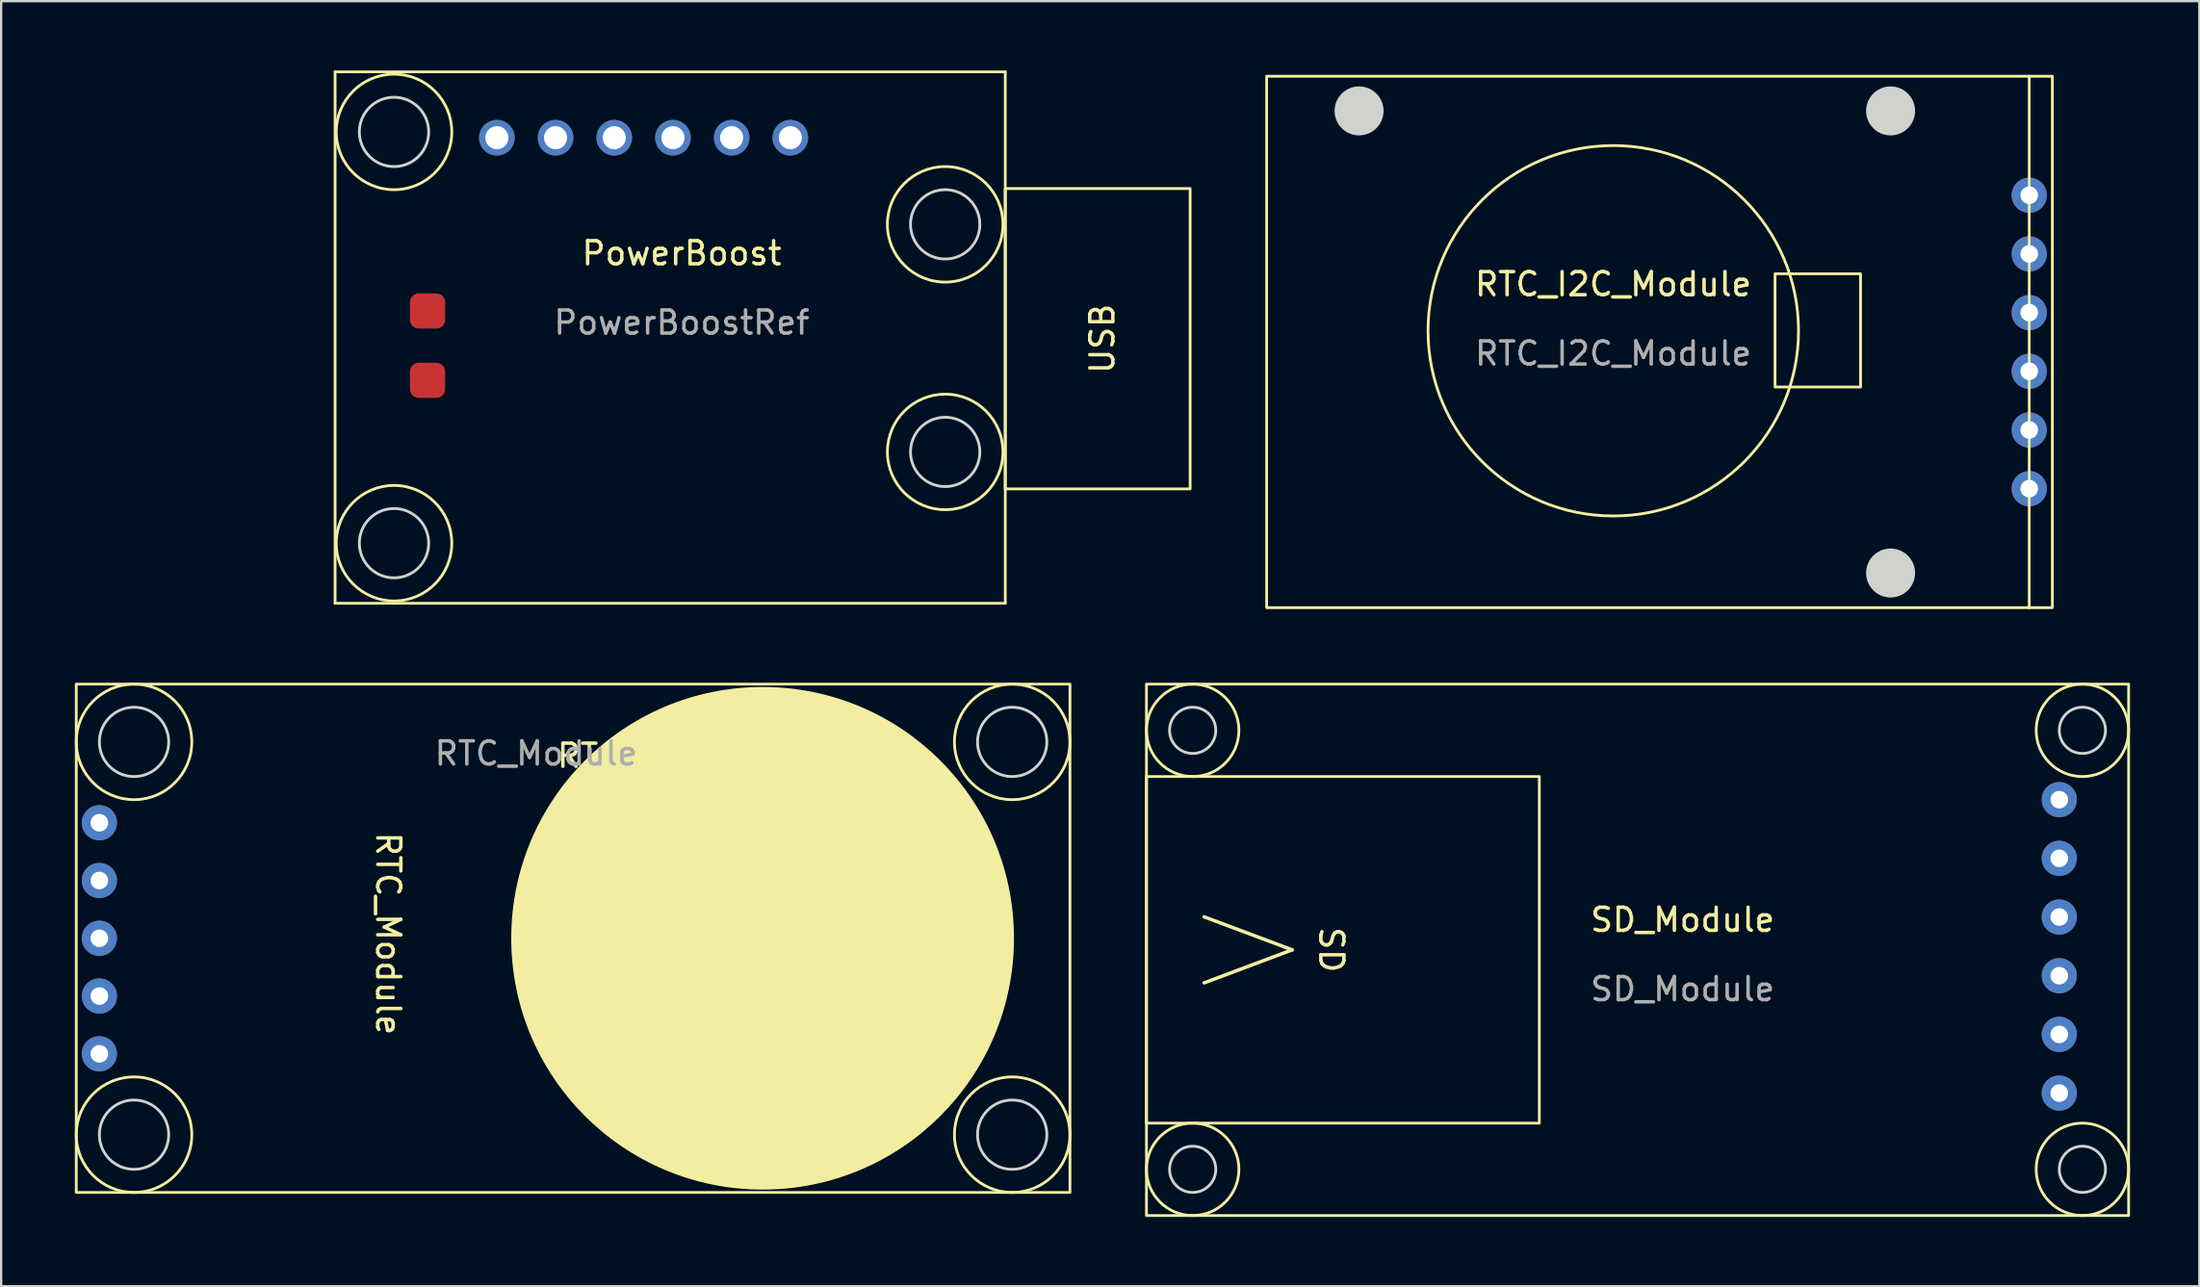
<source format=kicad_pcb>
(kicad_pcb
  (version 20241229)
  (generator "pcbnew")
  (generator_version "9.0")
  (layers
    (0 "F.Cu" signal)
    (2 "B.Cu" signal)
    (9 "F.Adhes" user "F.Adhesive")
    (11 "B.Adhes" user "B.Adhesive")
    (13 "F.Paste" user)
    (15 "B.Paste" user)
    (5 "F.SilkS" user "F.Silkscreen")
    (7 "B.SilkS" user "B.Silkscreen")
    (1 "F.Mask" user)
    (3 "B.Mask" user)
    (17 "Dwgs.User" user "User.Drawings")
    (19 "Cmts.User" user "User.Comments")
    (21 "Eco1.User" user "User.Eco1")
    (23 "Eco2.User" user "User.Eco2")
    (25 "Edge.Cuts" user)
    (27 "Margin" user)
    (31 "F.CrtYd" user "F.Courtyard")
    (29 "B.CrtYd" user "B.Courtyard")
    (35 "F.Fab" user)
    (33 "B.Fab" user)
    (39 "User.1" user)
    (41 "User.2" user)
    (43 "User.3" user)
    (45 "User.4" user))
  (footprint "RTC_Module"
    (layer "F.Cu")
    (at 0.25 26.56)
    (property "Reference" "RTC_Module" (at 25.2 3.1 0) (unlocked yes) (layer "F.SilkS") (effects (font (size 1 1) (thickness 0.15))))
    (attr through_hole)
    (fp_rect (start 0 0) (end 43 22) (stroke (width 0.12) (type solid)) (fill no) (layer "F.SilkS"))
    (fp_circle (center 2.5 2.5) (end 5 2.5) (stroke (width 0.12) (type solid)) (fill no) (layer "F.SilkS"))
    (fp_circle (center 2.5 19.5) (end 5 19.5) (stroke (width 0.12) (type solid)) (fill no) (layer "F.SilkS"))
    (fp_circle (center 29.7 11) (end 40.517 11) (stroke (width 0.12) (type solid)) (fill yes) (layer "F.SilkS"))
    (fp_circle (center 40.5 2.5) (end 43 2.5) (stroke (width 0.12) (type solid)) (fill no) (layer "F.SilkS"))
    (fp_circle (center 40.5 19.5) (end 43 19.5) (stroke (width 0.12) (type solid)) (fill no) (layer "F.SilkS"))
    (fp_circle (center 2.5 2.5) (end 4 2.5) (stroke (width 0.12) (type solid)) (fill no) (layer "Edge.Cuts"))
    (fp_circle (center 2.5 19.5) (end 4 19.5) (stroke (width 0.12) (type solid)) (fill no) (layer "Edge.Cuts"))
    (fp_circle (center 40.5 2.5) (end 42 2.5) (stroke (width 0.12) (type solid)) (fill no) (layer "Edge.Cuts"))
    (fp_circle (center 40.5 19.5) (end 42 19.5) (stroke (width 0.12) (type solid)) (fill no) (layer "Edge.Cuts"))
    (fp_text user "RTC_Module" (at 13.5 10.8 270) (unlocked yes) (layer "F.SilkS") (effects (font (size 1 1) (thickness 0.15))))
    (fp_text user "${REFERENCE}" (at 19.9 3 0) (unlocked yes) (layer "F.Fab") (effects (font (size 1 1) (thickness 0.15))))
    (pad "1" thru_hole circle (at 1 6) (size 1.524 1.524) (drill 0.762) (layers "*.Cu" "*.Mask"))
    (pad "2" thru_hole circle (at 1 8.5) (size 1.524 1.524) (drill 0.762) (layers "*.Cu" "*.Mask"))
    (pad "3" thru_hole circle (at 1 11) (size 1.524 1.524) (drill 0.762) (layers "*.Cu" "*.Mask"))
    (pad "4" thru_hole circle (at 1 13.5) (size 1.524 1.524) (drill 0.762) (layers "*.Cu" "*.Mask"))
    (pad "5" thru_hole circle (at 1 16) (size 1.524 1.524) (drill 0.762) (layers "*.Cu" "*.Mask")))
  (footprint "RTC_I2C_Module"
    (layer "F.Cu")
    (at 51.76 0.25)
    (property "Reference" "RTC_I2C_Module" (at 15 9 0) (unlocked yes) (layer "F.SilkS") (effects (font (size 1 1) (thickness 0.15))))
    (attr through_hole)
    (fp_line (start 33 0) (end 33 23) (stroke (width 0.12) (type solid)) (layer "F.SilkS"))
    (fp_rect (start 0 0) (end 34 23) (stroke (width 0.12) (type solid)) (fill no) (layer "F.SilkS"))
    (fp_rect (start 25.7 8.55) (end 22 13.45) (stroke (width 0.12) (type solid)) (fill no) (layer "F.SilkS"))
    (fp_circle (center 15 11.016) (end 21.7 15.416) (stroke (width 0.12) (type solid)) (fill no) (layer "F.SilkS"))
    (fp_circle (center 4 1.5) (end 5 1.5) (stroke (width 0.12) (type solid)) (fill yes) (layer "Edge.Cuts"))
    (fp_circle (center 27 1.5) (end 28 1.5) (stroke (width 0.12) (type solid)) (fill yes) (layer "Edge.Cuts"))
    (fp_circle (center 27 21.5) (end 28 21.5) (stroke (width 0.12) (type solid)) (fill yes) (layer "Edge.Cuts"))
    (fp_text user "${REFERENCE}" (at 15 12 0) (unlocked yes) (layer "F.Fab") (effects (font (size 1 1) (thickness 0.15))))
    (pad "1" thru_hole circle (at 33 5.15) (size 1.524 1.524) (drill 0.762) (layers "*.Cu" "*.Mask"))
    (pad "2" thru_hole circle (at 33 7.69) (size 1.524 1.524) (drill 0.762) (layers "*.Cu" "*.Mask"))
    (pad "3" thru_hole circle (at 33 10.23) (size 1.524 1.524) (drill 0.762) (layers "*.Cu" "*.Mask"))
    (pad "4" thru_hole circle (at 33 12.77) (size 1.524 1.524) (drill 0.762) (layers "*.Cu" "*.Mask"))
    (pad "5" thru_hole circle (at 33 15.31) (size 1.524 1.524) (drill 0.762) (layers "*.Cu" "*.Mask"))
    (pad "6" thru_hole circle (at 33 17.85) (size 1.524 1.524) (drill 0.762) (layers "*.Cu" "*.Mask")))
  (footprint "PowerBoost"
    (layer "F.Cu")
    (at 0.25 5.41)
    (property "Reference" "PowerBoost" (at 26.2 2.5 0) (unlocked yes) (layer "F.SilkS") (effects (font (size 1 1) (thickness 0.15))))
    (attr through_hole)
    (fp_line (start 11.2 -5.35) (end 11.2 17.65) (stroke (width 0.12) (type solid)) (layer "F.SilkS"))
    (fp_line (start 11.2 -5.35) (end 40.2 -5.35) (stroke (width 0.12) (type solid)) (layer "F.SilkS"))
    (fp_line (start 40.2 17.65) (end 11.2 17.65) (stroke (width 0.12) (type solid)) (layer "F.SilkS"))
    (fp_line (start 40.2 17.65) (end 40.2 -5.35) (stroke (width 0.12) (type solid)) (layer "F.SilkS"))
    (fp_rect (start 40.2 -0.3) (end 48.2 12.7) (stroke (width 0.12) (type solid)) (fill no) (layer "F.SilkS"))
    (fp_circle (center 13.75 -2.75) (end 16.25 -2.75) (stroke (width 0.12) (type solid)) (fill no) (layer "F.SilkS"))
    (fp_circle (center 13.75 15.05) (end 16.25 15.05) (stroke (width 0.12) (type solid)) (fill no) (layer "F.SilkS"))
    (fp_circle (center 37.6 1.25) (end 40.1 1.25) (stroke (width 0.12) (type solid)) (fill no) (layer "F.SilkS"))
    (fp_circle (center 37.6 11.1) (end 40.1 11.1) (stroke (width 0.12) (type solid)) (fill no) (layer "F.SilkS"))
    (fp_circle (center 13.75 -2.75) (end 15.25 -2.75) (stroke (width 0.12) (type solid)) (fill no) (layer "Edge.Cuts"))
    (fp_circle (center 13.75 15.05) (end 15.25 15.05) (stroke (width 0.12) (type solid)) (fill no) (layer "Edge.Cuts"))
    (fp_circle (center 37.6 1.25) (end 39.1 1.25) (stroke (width 0.12) (type solid)) (fill no) (layer "Edge.Cuts"))
    (fp_circle (center 37.6 11.1) (end 39.1 11.1) (stroke (width 0.12) (type solid)) (fill no) (layer "Edge.Cuts"))
    (fp_text user "USB" (at 44.4 6.2 90) (unlocked yes) (layer "F.SilkS") (effects (font (size 1 1) (thickness 0.15))))
    (fp_text user "PowerBoostRef" (at 26.2 5.5 0) (unlocked yes) (layer "F.Fab") (effects (font (size 1 1) (thickness 0.15))))
    (pad "1" smd roundrect (at 15.2 5) (size 1.524 1.524) (layers "F.Cu" "F.Mask" "F.Paste") (roundrect_rratio 0.25))
    (pad "2" connect roundrect (at 15.2 8) (size 1.524 1.524) (layers "F.Cu" "F.Mask") (roundrect_rratio 0.25))
    (pad "3" thru_hole circle (at 18.2 -2.5) (size 1.54 1.54) (drill 1) (layers "*.Cu" "*.Mask"))
    (pad "4" thru_hole circle (at 20.74 -2.5) (size 1.54 1.54) (drill 1) (layers "*.Cu" "*.Mask"))
    (pad "5" thru_hole circle (at 23.28 -2.5) (size 1.54 1.54) (drill 1) (layers "*.Cu" "*.Mask"))
    (pad "6" thru_hole circle (at 25.82 -2.5) (size 1.54 1.54) (drill 1) (layers "*.Cu" "*.Mask"))
    (pad "7" thru_hole circle (at 28.36 -2.5) (size 1.54 1.54) (drill 1) (layers "*.Cu" "*.Mask"))
    (pad "8" thru_hole circle (at 30.9 -2.5) (size 1.54 1.54) (drill 1) (layers "*.Cu" "*.Mask")))
  (footprint "SD_Module"
    (layer "F.Cu")
    (at 46.56 26.56)
    (property "Reference" "SD_Module" (at 23.2 10.2 0) (unlocked yes) (layer "F.SilkS") (effects (font (size 1 1) (thickness 0.15))))
    (attr through_hole)
    (fp_rect (start 0 0) (end 42.5 23) (stroke (width 0.12) (type solid)) (fill no) (layer "F.SilkS"))
    (fp_rect (start 0 4) (end 17 19) (stroke (width 0.12) (type solid)) (fill no) (layer "F.SilkS"))
    (fp_circle (center 2 2) (end 4 2) (stroke (width 0.12) (type solid)) (fill no) (layer "F.SilkS"))
    (fp_circle (center 2 21) (end 4 21) (stroke (width 0.12) (type solid)) (fill no) (layer "F.SilkS"))
    (fp_circle (center 40.5 2) (end 42.5 2) (stroke (width 0.12) (type solid)) (fill no) (layer "F.SilkS"))
    (fp_circle (center 40.5 21) (end 42.5 21) (stroke (width 0.12) (type solid)) (fill no) (layer "F.SilkS"))
    (fp_circle (center 2 2) (end 3 2) (stroke (width 0.12) (type solid)) (fill no) (layer "Edge.Cuts"))
    (fp_circle (center 2 21) (end 3 21) (stroke (width 0.12) (type solid)) (fill no) (layer "Edge.Cuts"))
    (fp_circle (center 40.5 2) (end 41.5 2) (stroke (width 0.12) (type solid)) (fill no) (layer "Edge.Cuts"))
    (fp_circle (center 40.5 21) (end 41.5 21) (stroke (width 0.12) (type solid)) (fill no) (layer "Edge.Cuts"))
    (fp_text user ">" (at 4.4 11.1 0) (unlocked yes) (layer "F.SilkS") (effects (font (size 5 5) (thickness 0.15))))
    (fp_text user "SD" (at 8 11.5 270) (unlocked yes) (layer "F.SilkS") (effects (font (size 1 1) (thickness 0.15))))
    (fp_text user "${REFERENCE}" (at 23.2 13.2 0) (unlocked yes) (layer "F.Fab") (effects (font (size 1 1) (thickness 0.15))))
    (pad "1" thru_hole circle (at 39.5 5) (size 1.524 1.524) (drill 0.762) (layers "*.Cu" "*.Mask"))
    (pad "2" thru_hole circle (at 39.5 7.54) (size 1.524 1.524) (drill 0.762) (layers "*.Cu" "*.Mask"))
    (pad "3" thru_hole circle (at 39.5 10.08) (size 1.524 1.524) (drill 0.762) (layers "*.Cu" "*.Mask"))
    (pad "4" thru_hole circle (at 39.5 12.62) (size 1.524 1.524) (drill 0.762) (layers "*.Cu" "*.Mask"))
    (pad "5" thru_hole circle (at 39.5 15.16) (size 1.524 1.524) (drill 0.762) (layers "*.Cu" "*.Mask"))
    (pad "6" thru_hole circle (at 39.5 17.7) (size 1.524 1.524) (drill 0.762) (layers "*.Cu" "*.Mask")))
  (gr_rect
    (start -3 -3)
    (end 92.12 52.62)
    (stroke (width 0.1) (type default))
    (fill no)
    (layer "Edge.Cuts")))
</source>
